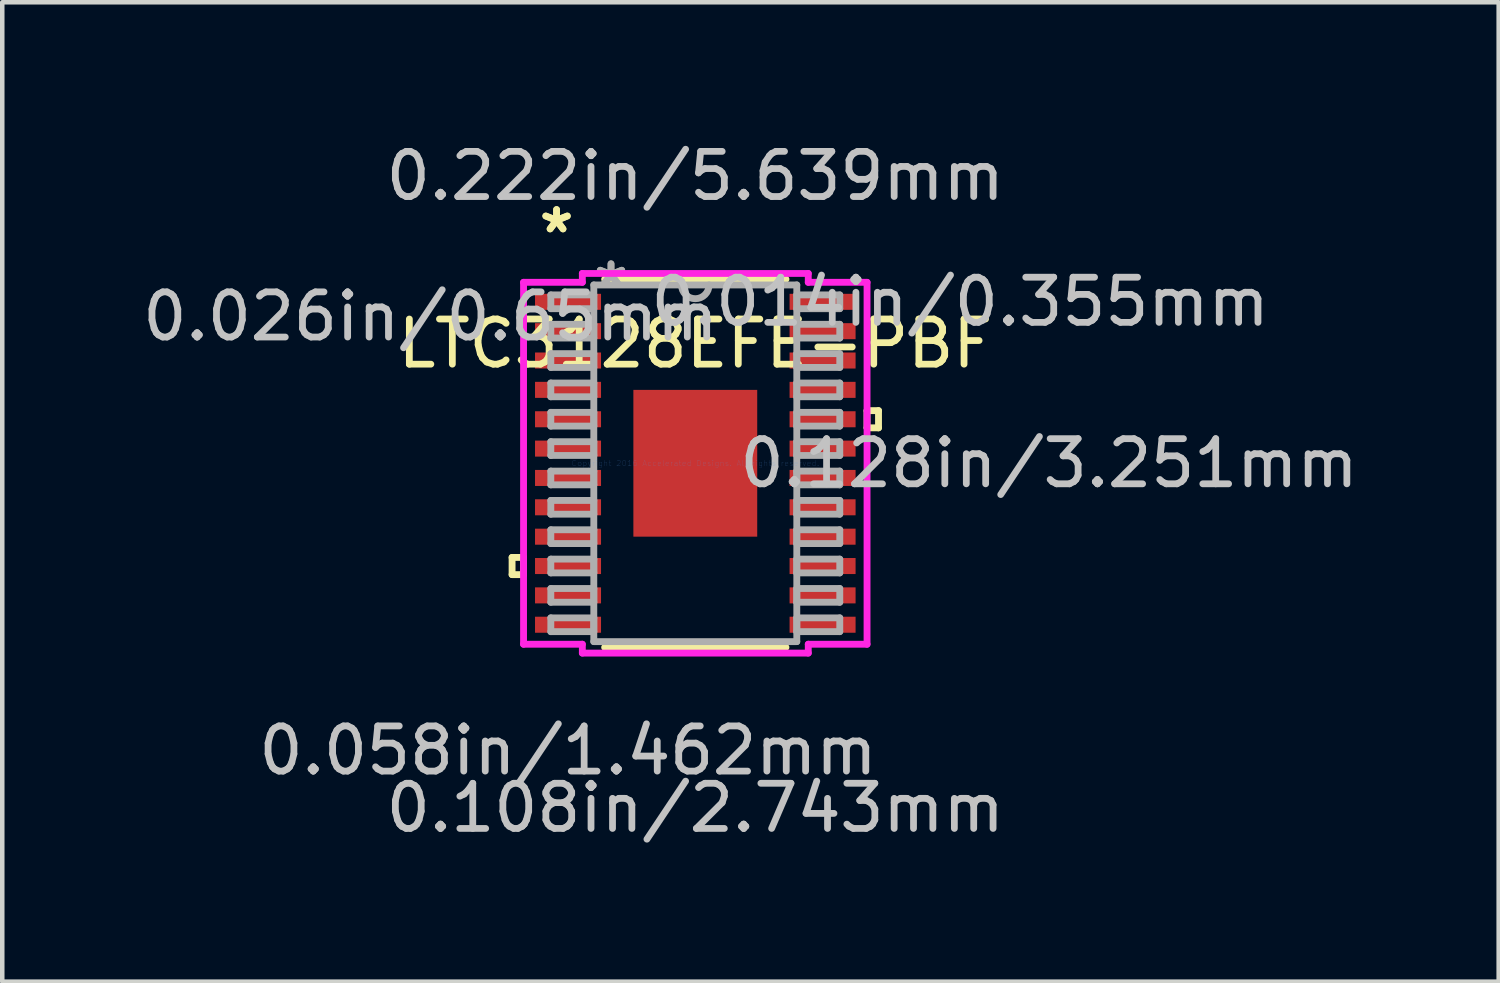
<source format=kicad_pcb>
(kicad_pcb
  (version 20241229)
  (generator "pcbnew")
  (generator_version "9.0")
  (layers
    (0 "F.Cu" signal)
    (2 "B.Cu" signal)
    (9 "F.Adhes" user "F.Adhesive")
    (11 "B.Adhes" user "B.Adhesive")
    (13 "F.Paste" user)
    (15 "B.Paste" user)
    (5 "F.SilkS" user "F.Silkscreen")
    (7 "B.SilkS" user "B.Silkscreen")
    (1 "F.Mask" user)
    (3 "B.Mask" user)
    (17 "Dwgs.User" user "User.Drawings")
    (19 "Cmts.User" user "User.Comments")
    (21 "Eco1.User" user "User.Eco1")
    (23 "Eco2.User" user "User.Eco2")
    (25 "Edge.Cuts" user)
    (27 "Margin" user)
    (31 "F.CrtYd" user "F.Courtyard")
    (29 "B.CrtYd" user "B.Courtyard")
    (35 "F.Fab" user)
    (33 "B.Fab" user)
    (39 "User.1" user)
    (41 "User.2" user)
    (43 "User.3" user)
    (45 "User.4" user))
  (footprint "LTC3128EFE-PBF"
    (layer "F.Cu")
    (at 12.35 7.211)
    (property "Reference" "LTC3128EFE-PBF" (at 0 -2.65 0) (layer "F.SilkS") (effects (font (size 1 1) (thickness 0.15))))
    (attr through_hole)
    (fp_line (start -4.058 2.085) (end -4.058 2.466) (stroke (width 0.152) (type solid)) (layer "F.SilkS"))
    (fp_line (start -4.058 2.466) (end -3.804 2.466) (stroke (width 0.152) (type solid)) (layer "F.SilkS"))
    (fp_line (start -3.804 2.085) (end -4.058 2.085) (stroke (width 0.152) (type solid)) (layer "F.SilkS"))
    (fp_line (start -3.804 2.466) (end -3.804 2.085) (stroke (width 0.152) (type solid)) (layer "F.SilkS"))
    (fp_line (start -2.008 4.077) (end 2.008 4.077) (stroke (width 0.152) (type solid)) (layer "F.SilkS"))
    (fp_line (start 2.008 -4.077) (end -2.008 -4.077) (stroke (width 0.152) (type solid)) (layer "F.SilkS"))
    (fp_line (start 3.804 -1.166) (end 4.058 -1.166) (stroke (width 0.152) (type solid)) (layer "F.SilkS"))
    (fp_line (start 3.804 -0.785) (end 3.804 -1.166) (stroke (width 0.152) (type solid)) (layer "F.SilkS"))
    (fp_line (start 4.058 -1.166) (end 4.058 -0.785) (stroke (width 0.152) (type solid)) (layer "F.SilkS"))
    (fp_line (start 4.058 -0.785) (end 3.804 -0.785) (stroke (width 0.152) (type solid)) (layer "F.SilkS"))
    (fp_line (start -1.272 -1.526) (end -1.272 -0.1) (stroke (width 0.152) (type solid)) (layer "F.Paste"))
    (fp_line (start -1.272 -0.1) (end -0.1 -0.1) (stroke (width 0.152) (type solid)) (layer "F.Paste"))
    (fp_line (start -1.272 0.1) (end -1.272 1.526) (stroke (width 0.152) (type solid)) (layer "F.Paste"))
    (fp_line (start -1.272 1.526) (end -0.1 1.526) (stroke (width 0.152) (type solid)) (layer "F.Paste"))
    (fp_line (start -0.1 -1.526) (end -1.272 -1.526) (stroke (width 0.152) (type solid)) (layer "F.Paste"))
    (fp_line (start -0.1 -0.1) (end -0.1 -1.526) (stroke (width 0.152) (type solid)) (layer "F.Paste"))
    (fp_line (start -0.1 0.1) (end -1.272 0.1) (stroke (width 0.152) (type solid)) (layer "F.Paste"))
    (fp_line (start -0.1 1.526) (end -0.1 0.1) (stroke (width 0.152) (type solid)) (layer "F.Paste"))
    (fp_line (start 0.1 -1.526) (end 0.1 -0.1) (stroke (width 0.152) (type solid)) (layer "F.Paste"))
    (fp_line (start 0.1 -0.1) (end 1.272 -0.1) (stroke (width 0.152) (type solid)) (layer "F.Paste"))
    (fp_line (start 0.1 0.1) (end 0.1 1.526) (stroke (width 0.152) (type solid)) (layer "F.Paste"))
    (fp_line (start 0.1 1.526) (end 1.272 1.526) (stroke (width 0.152) (type solid)) (layer "F.Paste"))
    (fp_line (start 1.272 -1.526) (end 0.1 -1.526) (stroke (width 0.152) (type solid)) (layer "F.Paste"))
    (fp_line (start 1.272 -0.1) (end 1.272 -1.526) (stroke (width 0.152) (type solid)) (layer "F.Paste"))
    (fp_line (start 1.272 0.1) (end 0.1 0.1) (stroke (width 0.152) (type solid)) (layer "F.Paste"))
    (fp_line (start 1.272 1.526) (end 1.272 0.1) (stroke (width 0.152) (type solid)) (layer "F.Paste"))
    (fp_line (start -3.804 -4.008) (end -2.502 -4.008) (stroke (width 0.152) (type solid)) (layer "F.CrtYd"))
    (fp_line (start -3.804 4.008) (end -3.804 -4.008) (stroke (width 0.152) (type solid)) (layer "F.CrtYd"))
    (fp_line (start -2.502 -4.204) (end 2.502 -4.204) (stroke (width 0.152) (type solid)) (layer "F.CrtYd"))
    (fp_line (start -2.502 -4.008) (end -2.502 -4.204) (stroke (width 0.152) (type solid)) (layer "F.CrtYd"))
    (fp_line (start -2.502 4.008) (end -3.804 4.008) (stroke (width 0.152) (type solid)) (layer "F.CrtYd"))
    (fp_line (start -2.502 4.204) (end -2.502 4.008) (stroke (width 0.152) (type solid)) (layer "F.CrtYd"))
    (fp_line (start 2.502 -4.204) (end 2.502 -4.008) (stroke (width 0.152) (type solid)) (layer "F.CrtYd"))
    (fp_line (start 2.502 -4.008) (end 3.804 -4.008) (stroke (width 0.152) (type solid)) (layer "F.CrtYd"))
    (fp_line (start 2.502 4.008) (end 2.502 4.204) (stroke (width 0.152) (type solid)) (layer "F.CrtYd"))
    (fp_line (start 2.502 4.204) (end -2.502 4.204) (stroke (width 0.152) (type solid)) (layer "F.CrtYd"))
    (fp_line (start 3.804 -4.008) (end 3.804 4.008) (stroke (width 0.152) (type solid)) (layer "F.CrtYd"))
    (fp_line (start 3.804 4.008) (end 2.502 4.008) (stroke (width 0.152) (type solid)) (layer "F.CrtYd"))
    (fp_line (start -3.2 -3.729) (end -3.2 -3.424) (stroke (width 0.152) (type solid)) (layer "F.Fab"))
    (fp_line (start -3.2 -3.424) (end -2.248 -3.424) (stroke (width 0.152) (type solid)) (layer "F.Fab"))
    (fp_line (start -3.2 -3.078) (end -3.2 -2.774) (stroke (width 0.152) (type solid)) (layer "F.Fab"))
    (fp_line (start -3.2 -2.774) (end -2.248 -2.774) (stroke (width 0.152) (type solid)) (layer "F.Fab"))
    (fp_line (start -3.2 -2.428) (end -3.2 -2.123) (stroke (width 0.152) (type solid)) (layer "F.Fab"))
    (fp_line (start -3.2 -2.123) (end -2.248 -2.123) (stroke (width 0.152) (type solid)) (layer "F.Fab"))
    (fp_line (start -3.2 -1.778) (end -3.2 -1.473) (stroke (width 0.152) (type solid)) (layer "F.Fab"))
    (fp_line (start -3.2 -1.473) (end -2.248 -1.473) (stroke (width 0.152) (type solid)) (layer "F.Fab"))
    (fp_line (start -3.2 -1.128) (end -3.2 -0.823) (stroke (width 0.152) (type solid)) (layer "F.Fab"))
    (fp_line (start -3.2 -0.823) (end -2.248 -0.823) (stroke (width 0.152) (type solid)) (layer "F.Fab"))
    (fp_line (start -3.2 -0.478) (end -3.2 -0.173) (stroke (width 0.152) (type solid)) (layer "F.Fab"))
    (fp_line (start -3.2 -0.173) (end -2.248 -0.173) (stroke (width 0.152) (type solid)) (layer "F.Fab"))
    (fp_line (start -3.2 0.173) (end -3.2 0.478) (stroke (width 0.152) (type solid)) (layer "F.Fab"))
    (fp_line (start -3.2 0.478) (end -2.248 0.478) (stroke (width 0.152) (type solid)) (layer "F.Fab"))
    (fp_line (start -3.2 0.823) (end -3.2 1.128) (stroke (width 0.152) (type solid)) (layer "F.Fab"))
    (fp_line (start -3.2 1.128) (end -2.248 1.128) (stroke (width 0.152) (type solid)) (layer "F.Fab"))
    (fp_line (start -3.2 1.473) (end -3.2 1.778) (stroke (width 0.152) (type solid)) (layer "F.Fab"))
    (fp_line (start -3.2 1.778) (end -2.248 1.778) (stroke (width 0.152) (type solid)) (layer "F.Fab"))
    (fp_line (start -3.2 2.123) (end -3.2 2.428) (stroke (width 0.152) (type solid)) (layer "F.Fab"))
    (fp_line (start -3.2 2.428) (end -2.248 2.428) (stroke (width 0.152) (type solid)) (layer "F.Fab"))
    (fp_line (start -3.2 2.774) (end -3.2 3.078) (stroke (width 0.152) (type solid)) (layer "F.Fab"))
    (fp_line (start -3.2 3.078) (end -2.248 3.078) (stroke (width 0.152) (type solid)) (layer "F.Fab"))
    (fp_line (start -3.2 3.424) (end -3.2 3.729) (stroke (width 0.152) (type solid)) (layer "F.Fab"))
    (fp_line (start -3.2 3.729) (end -2.248 3.729) (stroke (width 0.152) (type solid)) (layer "F.Fab"))
    (fp_line (start -2.248 -3.95) (end -2.248 3.95) (stroke (width 0.152) (type solid)) (layer "F.Fab"))
    (fp_line (start -2.248 -3.729) (end -3.2 -3.729) (stroke (width 0.152) (type solid)) (layer "F.Fab"))
    (fp_line (start -2.248 -3.424) (end -2.248 -3.729) (stroke (width 0.152) (type solid)) (layer "F.Fab"))
    (fp_line (start -2.248 -3.078) (end -3.2 -3.078) (stroke (width 0.152) (type solid)) (layer "F.Fab"))
    (fp_line (start -2.248 -2.774) (end -2.248 -3.078) (stroke (width 0.152) (type solid)) (layer "F.Fab"))
    (fp_line (start -2.248 -2.428) (end -3.2 -2.428) (stroke (width 0.152) (type solid)) (layer "F.Fab"))
    (fp_line (start -2.248 -2.123) (end -2.248 -2.428) (stroke (width 0.152) (type solid)) (layer "F.Fab"))
    (fp_line (start -2.248 -1.778) (end -3.2 -1.778) (stroke (width 0.152) (type solid)) (layer "F.Fab"))
    (fp_line (start -2.248 -1.473) (end -2.248 -1.778) (stroke (width 0.152) (type solid)) (layer "F.Fab"))
    (fp_line (start -2.248 -1.128) (end -3.2 -1.128) (stroke (width 0.152) (type solid)) (layer "F.Fab"))
    (fp_line (start -2.248 -0.823) (end -2.248 -1.128) (stroke (width 0.152) (type solid)) (layer "F.Fab"))
    (fp_line (start -2.248 -0.478) (end -3.2 -0.478) (stroke (width 0.152) (type solid)) (layer "F.Fab"))
    (fp_line (start -2.248 -0.173) (end -2.248 -0.478) (stroke (width 0.152) (type solid)) (layer "F.Fab"))
    (fp_line (start -2.248 0.173) (end -3.2 0.173) (stroke (width 0.152) (type solid)) (layer "F.Fab"))
    (fp_line (start -2.248 0.478) (end -2.248 0.173) (stroke (width 0.152) (type solid)) (layer "F.Fab"))
    (fp_line (start -2.248 0.823) (end -3.2 0.823) (stroke (width 0.152) (type solid)) (layer "F.Fab"))
    (fp_line (start -2.248 1.128) (end -2.248 0.823) (stroke (width 0.152) (type solid)) (layer "F.Fab"))
    (fp_line (start -2.248 1.473) (end -3.2 1.473) (stroke (width 0.152) (type solid)) (layer "F.Fab"))
    (fp_line (start -2.248 1.778) (end -2.248 1.473) (stroke (width 0.152) (type solid)) (layer "F.Fab"))
    (fp_line (start -2.248 2.123) (end -3.2 2.123) (stroke (width 0.152) (type solid)) (layer "F.Fab"))
    (fp_line (start -2.248 2.428) (end -2.248 2.123) (stroke (width 0.152) (type solid)) (layer "F.Fab"))
    (fp_line (start -2.248 2.774) (end -3.2 2.774) (stroke (width 0.152) (type solid)) (layer "F.Fab"))
    (fp_line (start -2.248 3.078) (end -2.248 2.774) (stroke (width 0.152) (type solid)) (layer "F.Fab"))
    (fp_line (start -2.248 3.424) (end -3.2 3.424) (stroke (width 0.152) (type solid)) (layer "F.Fab"))
    (fp_line (start -2.248 3.729) (end -2.248 3.424) (stroke (width 0.152) (type solid)) (layer "F.Fab"))
    (fp_line (start -2.248 3.95) (end 2.248 3.95) (stroke (width 0.152) (type solid)) (layer "F.Fab"))
    (fp_line (start 2.248 -3.95) (end -2.248 -3.95) (stroke (width 0.152) (type solid)) (layer "F.Fab"))
    (fp_line (start 2.248 -3.729) (end 2.248 -3.424) (stroke (width 0.152) (type solid)) (layer "F.Fab"))
    (fp_line (start 2.248 -3.424) (end 3.2 -3.424) (stroke (width 0.152) (type solid)) (layer "F.Fab"))
    (fp_line (start 2.248 -3.078) (end 2.248 -2.774) (stroke (width 0.152) (type solid)) (layer "F.Fab"))
    (fp_line (start 2.248 -2.774) (end 3.2 -2.774) (stroke (width 0.152) (type solid)) (layer "F.Fab"))
    (fp_line (start 2.248 -2.428) (end 2.248 -2.123) (stroke (width 0.152) (type solid)) (layer "F.Fab"))
    (fp_line (start 2.248 -2.123) (end 3.2 -2.123) (stroke (width 0.152) (type solid)) (layer "F.Fab"))
    (fp_line (start 2.248 -1.778) (end 2.248 -1.473) (stroke (width 0.152) (type solid)) (layer "F.Fab"))
    (fp_line (start 2.248 -1.473) (end 3.2 -1.473) (stroke (width 0.152) (type solid)) (layer "F.Fab"))
    (fp_line (start 2.248 -1.128) (end 2.248 -0.823) (stroke (width 0.152) (type solid)) (layer "F.Fab"))
    (fp_line (start 2.248 -0.823) (end 3.2 -0.823) (stroke (width 0.152) (type solid)) (layer "F.Fab"))
    (fp_line (start 2.248 -0.478) (end 2.248 -0.173) (stroke (width 0.152) (type solid)) (layer "F.Fab"))
    (fp_line (start 2.248 -0.173) (end 3.2 -0.173) (stroke (width 0.152) (type solid)) (layer "F.Fab"))
    (fp_line (start 2.248 0.173) (end 2.248 0.478) (stroke (width 0.152) (type solid)) (layer "F.Fab"))
    (fp_line (start 2.248 0.478) (end 3.2 0.478) (stroke (width 0.152) (type solid)) (layer "F.Fab"))
    (fp_line (start 2.248 0.823) (end 2.248 1.128) (stroke (width 0.152) (type solid)) (layer "F.Fab"))
    (fp_line (start 2.248 1.128) (end 3.2 1.128) (stroke (width 0.152) (type solid)) (layer "F.Fab"))
    (fp_line (start 2.248 1.473) (end 2.248 1.778) (stroke (width 0.152) (type solid)) (layer "F.Fab"))
    (fp_line (start 2.248 1.778) (end 3.2 1.778) (stroke (width 0.152) (type solid)) (layer "F.Fab"))
    (fp_line (start 2.248 2.123) (end 2.248 2.428) (stroke (width 0.152) (type solid)) (layer "F.Fab"))
    (fp_line (start 2.248 2.428) (end 3.2 2.428) (stroke (width 0.152) (type solid)) (layer "F.Fab"))
    (fp_line (start 2.248 2.774) (end 2.248 3.078) (stroke (width 0.152) (type solid)) (layer "F.Fab"))
    (fp_line (start 2.248 3.078) (end 3.2 3.078) (stroke (width 0.152) (type solid)) (layer "F.Fab"))
    (fp_line (start 2.248 3.424) (end 2.248 3.729) (stroke (width 0.152) (type solid)) (layer "F.Fab"))
    (fp_line (start 2.248 3.729) (end 3.2 3.729) (stroke (width 0.152) (type solid)) (layer "F.Fab"))
    (fp_line (start 2.248 3.95) (end 2.248 -3.95) (stroke (width 0.152) (type solid)) (layer "F.Fab"))
    (fp_line (start 3.2 -3.729) (end 2.248 -3.729) (stroke (width 0.152) (type solid)) (layer "F.Fab"))
    (fp_line (start 3.2 -3.424) (end 3.2 -3.729) (stroke (width 0.152) (type solid)) (layer "F.Fab"))
    (fp_line (start 3.2 -3.078) (end 2.248 -3.078) (stroke (width 0.152) (type solid)) (layer "F.Fab"))
    (fp_line (start 3.2 -2.774) (end 3.2 -3.078) (stroke (width 0.152) (type solid)) (layer "F.Fab"))
    (fp_line (start 3.2 -2.428) (end 2.248 -2.428) (stroke (width 0.152) (type solid)) (layer "F.Fab"))
    (fp_line (start 3.2 -2.123) (end 3.2 -2.428) (stroke (width 0.152) (type solid)) (layer "F.Fab"))
    (fp_line (start 3.2 -1.778) (end 2.248 -1.778) (stroke (width 0.152) (type solid)) (layer "F.Fab"))
    (fp_line (start 3.2 -1.473) (end 3.2 -1.778) (stroke (width 0.152) (type solid)) (layer "F.Fab"))
    (fp_line (start 3.2 -1.128) (end 2.248 -1.128) (stroke (width 0.152) (type solid)) (layer "F.Fab"))
    (fp_line (start 3.2 -0.823) (end 3.2 -1.128) (stroke (width 0.152) (type solid)) (layer "F.Fab"))
    (fp_line (start 3.2 -0.478) (end 2.248 -0.478) (stroke (width 0.152) (type solid)) (layer "F.Fab"))
    (fp_line (start 3.2 -0.173) (end 3.2 -0.478) (stroke (width 0.152) (type solid)) (layer "F.Fab"))
    (fp_line (start 3.2 0.173) (end 2.248 0.173) (stroke (width 0.152) (type solid)) (layer "F.Fab"))
    (fp_line (start 3.2 0.478) (end 3.2 0.173) (stroke (width 0.152) (type solid)) (layer "F.Fab"))
    (fp_line (start 3.2 0.823) (end 2.248 0.823) (stroke (width 0.152) (type solid)) (layer "F.Fab"))
    (fp_line (start 3.2 1.128) (end 3.2 0.823) (stroke (width 0.152) (type solid)) (layer "F.Fab"))
    (fp_line (start 3.2 1.473) (end 2.248 1.473) (stroke (width 0.152) (type solid)) (layer "F.Fab"))
    (fp_line (start 3.2 1.778) (end 3.2 1.473) (stroke (width 0.152) (type solid)) (layer "F.Fab"))
    (fp_line (start 3.2 2.123) (end 2.248 2.123) (stroke (width 0.152) (type solid)) (layer "F.Fab"))
    (fp_line (start 3.2 2.428) (end 3.2 2.123) (stroke (width 0.152) (type solid)) (layer "F.Fab"))
    (fp_line (start 3.2 2.774) (end 2.248 2.774) (stroke (width 0.152) (type solid)) (layer "F.Fab"))
    (fp_line (start 3.2 3.078) (end 3.2 2.774) (stroke (width 0.152) (type solid)) (layer "F.Fab"))
    (fp_line (start 3.2 3.424) (end 2.248 3.424) (stroke (width 0.152) (type solid)) (layer "F.Fab"))
    (fp_line (start 3.2 3.729) (end 3.2 3.424) (stroke (width 0.152) (type solid)) (layer "F.Fab"))
    (fp_arc (start 0.3048 -3.9497) (mid 0 -3.6449) (end -0.3048 -3.9497) (stroke (width 0.1524) (type solid)) (layer "F.Fab"))
    (fp_text user "*" (at -3.073 -5.074 0) (layer "F.SilkS") (effects (font (size 1 1) (thickness 0.15))))
    (fp_text user "*" (at -3.073 -5.074 0) (layer "F.SilkS") (effects (font (size 1 1) (thickness 0.15))))
    (fp_text user "0.108in/2.743mm" (at 0 7.633 0) (layer "Dwgs.User") (effects (font (size 1 1) (thickness 0.15))))
    (fp_text user "0.128in/3.251mm" (at 7.836 0 0) (layer "Dwgs.User") (effects (font (size 1 1) (thickness 0.15))))
    (fp_text user "0.222in/5.639mm" (at 0 -6.363 0) (layer "Dwgs.User") (effects (font (size 1 1) (thickness 0.15))))
    (fp_text user "0.014in/0.355mm" (at 5.867 -3.576 0) (layer "Dwgs.User") (effects (font (size 1 1) (thickness 0.15))))
    (fp_text user "0.058in/1.462mm" (at -2.819 6.363 0) (layer "Dwgs.User") (effects (font (size 1 1) (thickness 0.15))))
    (fp_text user "0.026in/0.65mm" (at -5.867 -3.251 0) (layer "Dwgs.User") (effects (font (size 1 1) (thickness 0.15))))
    (fp_text user "Copyright 2016 Accelerated Designs. All rights reserved." (at 0 0 0) (layer "Cmts.User") (effects (font (size 0.127 0.127) (thickness 0.002))))
    (fp_text user "*" (at -1.867 -3.873 0) (layer "F.Fab") (effects (font (size 1 1) (thickness 0.15))))
    (fp_text user "*" (at -1.867 -3.873 0) (layer "F.Fab") (effects (font (size 1 1) (thickness 0.15))))
    (pad "1" smd rect (at -2.819 -3.576) (size 1.462 0.355) (layers "F.Cu" "F.Mask" "F.Paste"))
    (pad "2" smd rect (at -2.819 -2.926) (size 1.462 0.355) (layers "F.Cu" "F.Mask" "F.Paste"))
    (pad "3" smd rect (at -2.819 -2.276) (size 1.462 0.355) (layers "F.Cu" "F.Mask" "F.Paste"))
    (pad "4" smd rect (at -2.819 -1.626) (size 1.462 0.355) (layers "F.Cu" "F.Mask" "F.Paste"))
    (pad "5" smd rect (at -2.819 -0.975) (size 1.462 0.355) (layers "F.Cu" "F.Mask" "F.Paste"))
    (pad "6" smd rect (at -2.819 -0.325) (size 1.462 0.355) (layers "F.Cu" "F.Mask" "F.Paste"))
    (pad "7" smd rect (at -2.819 0.325) (size 1.462 0.355) (layers "F.Cu" "F.Mask" "F.Paste"))
    (pad "8" smd rect (at -2.819 0.975) (size 1.462 0.355) (layers "F.Cu" "F.Mask" "F.Paste"))
    (pad "9" smd rect (at -2.819 1.626) (size 1.462 0.355) (layers "F.Cu" "F.Mask" "F.Paste"))
    (pad "10" smd rect (at -2.819 2.276) (size 1.462 0.355) (layers "F.Cu" "F.Mask" "F.Paste"))
    (pad "11" smd rect (at -2.819 2.926) (size 1.462 0.355) (layers "F.Cu" "F.Mask" "F.Paste"))
    (pad "12" smd rect (at -2.819 3.576) (size 1.462 0.355) (layers "F.Cu" "F.Mask" "F.Paste"))
    (pad "13" smd rect (at 2.819 3.576) (size 1.462 0.355) (layers "F.Cu" "F.Mask" "F.Paste"))
    (pad "14" smd rect (at 2.819 2.926) (size 1.462 0.355) (layers "F.Cu" "F.Mask" "F.Paste"))
    (pad "15" smd rect (at 2.819 2.276) (size 1.462 0.355) (layers "F.Cu" "F.Mask" "F.Paste"))
    (pad "16" smd rect (at 2.819 1.626) (size 1.462 0.355) (layers "F.Cu" "F.Mask" "F.Paste"))
    (pad "17" smd rect (at 2.819 0.975) (size 1.462 0.355) (layers "F.Cu" "F.Mask" "F.Paste"))
    (pad "18" smd rect (at 2.819 0.325) (size 1.462 0.355) (layers "F.Cu" "F.Mask" "F.Paste"))
    (pad "19" smd rect (at 2.819 -0.325) (size 1.462 0.355) (layers "F.Cu" "F.Mask" "F.Paste"))
    (pad "20" smd rect (at 2.819 -0.975) (size 1.462 0.355) (layers "F.Cu" "F.Mask" "F.Paste"))
    (pad "21" smd rect (at 2.819 -1.626) (size 1.462 0.355) (layers "F.Cu" "F.Mask" "F.Paste"))
    (pad "22" smd rect (at 2.819 -2.276) (size 1.462 0.355) (layers "F.Cu" "F.Mask" "F.Paste"))
    (pad "23" smd rect (at 2.819 -2.926) (size 1.462 0.355) (layers "F.Cu" "F.Mask" "F.Paste"))
    (pad "24" smd rect (at 2.819 -3.576) (size 1.462 0.355) (layers "F.Cu" "F.Mask" "F.Paste"))
    (pad "EPAD" smd rect (at 0 0) (size 2.743 3.251) (layers "F.Cu" "F.Mask" "F.Paste")))
  (gr_rect
    (start -3 -3)
    (end 30.144 18.692)
    (stroke (width 0.1) (type default))
    (fill no)
    (layer "Edge.Cuts")))
</source>
